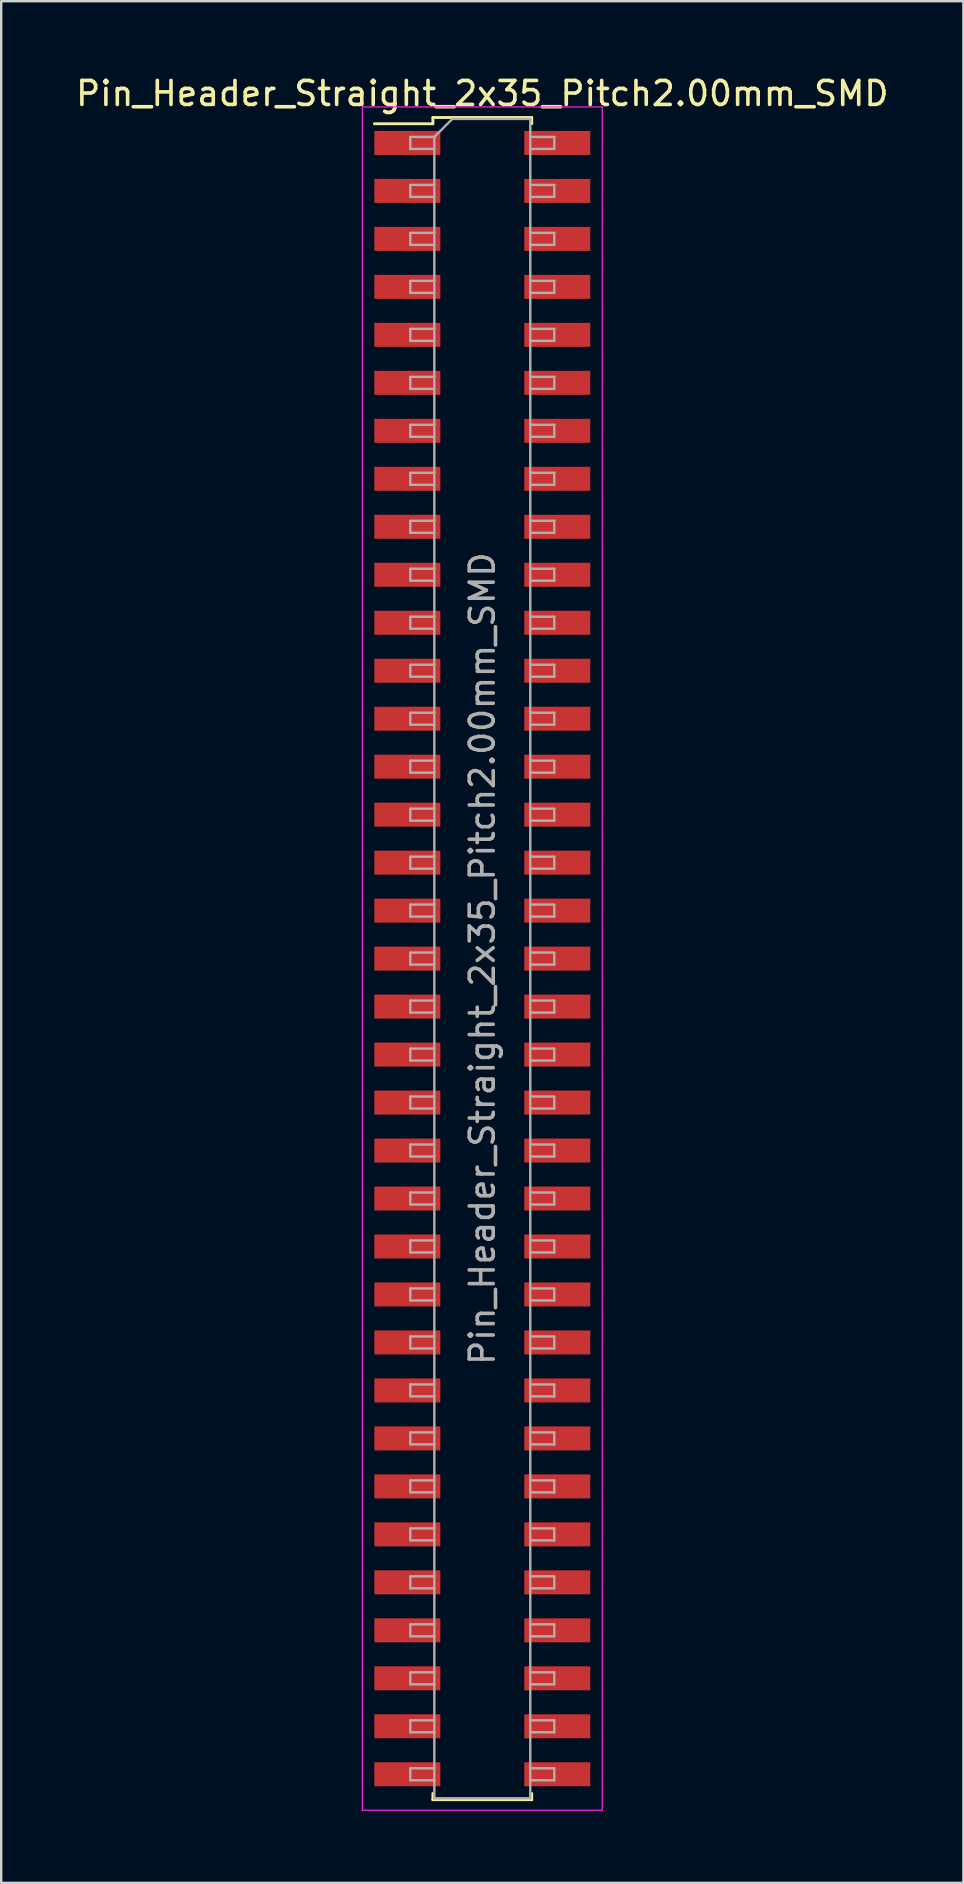
<source format=kicad_pcb>
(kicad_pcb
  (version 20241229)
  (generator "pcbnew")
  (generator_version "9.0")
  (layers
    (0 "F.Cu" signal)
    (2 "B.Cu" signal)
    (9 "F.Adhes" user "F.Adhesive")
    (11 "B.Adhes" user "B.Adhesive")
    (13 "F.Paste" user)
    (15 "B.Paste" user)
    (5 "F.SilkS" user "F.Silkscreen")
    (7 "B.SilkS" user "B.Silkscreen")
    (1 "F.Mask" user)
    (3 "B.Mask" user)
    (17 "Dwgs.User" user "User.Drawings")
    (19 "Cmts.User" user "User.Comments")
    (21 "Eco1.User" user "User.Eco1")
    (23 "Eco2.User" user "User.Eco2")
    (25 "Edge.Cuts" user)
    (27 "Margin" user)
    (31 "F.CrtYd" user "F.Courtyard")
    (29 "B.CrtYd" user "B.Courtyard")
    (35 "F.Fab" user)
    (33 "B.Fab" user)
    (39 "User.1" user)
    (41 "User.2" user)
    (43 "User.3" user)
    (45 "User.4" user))
  (footprint "Pin_Header_Straight_2x35_Pitch2.00mm_SMD"
    (layer "F.Cu")
    (at 17.054 36.908)
    (property "Reference" "Pin_Header_Straight_2x35_Pitch2.00mm_SMD" (at 0 -36.06 0) (layer "F.SilkS") (effects (font (size 1 1) (thickness 0.15))))
    (attr smd)
    (fp_line (start -4.5 -34.8) (end -2.06 -34.8) (stroke (width 0.12) (type solid)) (layer "F.SilkS"))
    (fp_line (start -2.06 -35.06) (end 2.06 -35.06) (stroke (width 0.12) (type solid)) (layer "F.SilkS"))
    (fp_line (start -2.06 -34.8) (end -2.06 -35.06) (stroke (width 0.12) (type solid)) (layer "F.SilkS"))
    (fp_line (start -2.06 34.8) (end -2.06 35.06) (stroke (width 0.12) (type solid)) (layer "F.SilkS"))
    (fp_line (start -2.06 35.06) (end 2.06 35.06) (stroke (width 0.12) (type solid)) (layer "F.SilkS"))
    (fp_line (start 2.06 -35.06) (end 2.06 -34.8) (stroke (width 0.12) (type solid)) (layer "F.SilkS"))
    (fp_line (start 2.06 35.06) (end 2.06 34.8) (stroke (width 0.12) (type solid)) (layer "F.SilkS"))
    (fp_line (start -5 -35.5) (end -5 35.5) (stroke (width 0.05) (type solid)) (layer "F.CrtYd"))
    (fp_line (start -5 35.5) (end 5 35.5) (stroke (width 0.05) (type solid)) (layer "F.CrtYd"))
    (fp_line (start 5 -35.5) (end -5 -35.5) (stroke (width 0.05) (type solid)) (layer "F.CrtYd"))
    (fp_line (start 5 35.5) (end 5 -35.5) (stroke (width 0.05) (type solid)) (layer "F.CrtYd"))
    (fp_line (start -3 -34.25) (end -3 -33.75) (stroke (width 0.1) (type solid)) (layer "F.Fab"))
    (fp_line (start -3 -33.75) (end -2 -33.75) (stroke (width 0.1) (type solid)) (layer "F.Fab"))
    (fp_line (start -3 -32.25) (end -3 -31.75) (stroke (width 0.1) (type solid)) (layer "F.Fab"))
    (fp_line (start -3 -31.75) (end -2 -31.75) (stroke (width 0.1) (type solid)) (layer "F.Fab"))
    (fp_line (start -3 -30.25) (end -3 -29.75) (stroke (width 0.1) (type solid)) (layer "F.Fab"))
    (fp_line (start -3 -29.75) (end -2 -29.75) (stroke (width 0.1) (type solid)) (layer "F.Fab"))
    (fp_line (start -3 -28.25) (end -3 -27.75) (stroke (width 0.1) (type solid)) (layer "F.Fab"))
    (fp_line (start -3 -27.75) (end -2 -27.75) (stroke (width 0.1) (type solid)) (layer "F.Fab"))
    (fp_line (start -3 -26.25) (end -3 -25.75) (stroke (width 0.1) (type solid)) (layer "F.Fab"))
    (fp_line (start -3 -25.75) (end -2 -25.75) (stroke (width 0.1) (type solid)) (layer "F.Fab"))
    (fp_line (start -3 -24.25) (end -3 -23.75) (stroke (width 0.1) (type solid)) (layer "F.Fab"))
    (fp_line (start -3 -23.75) (end -2 -23.75) (stroke (width 0.1) (type solid)) (layer "F.Fab"))
    (fp_line (start -3 -22.25) (end -3 -21.75) (stroke (width 0.1) (type solid)) (layer "F.Fab"))
    (fp_line (start -3 -21.75) (end -2 -21.75) (stroke (width 0.1) (type solid)) (layer "F.Fab"))
    (fp_line (start -3 -20.25) (end -3 -19.75) (stroke (width 0.1) (type solid)) (layer "F.Fab"))
    (fp_line (start -3 -19.75) (end -2 -19.75) (stroke (width 0.1) (type solid)) (layer "F.Fab"))
    (fp_line (start -3 -18.25) (end -3 -17.75) (stroke (width 0.1) (type solid)) (layer "F.Fab"))
    (fp_line (start -3 -17.75) (end -2 -17.75) (stroke (width 0.1) (type solid)) (layer "F.Fab"))
    (fp_line (start -3 -16.25) (end -3 -15.75) (stroke (width 0.1) (type solid)) (layer "F.Fab"))
    (fp_line (start -3 -15.75) (end -2 -15.75) (stroke (width 0.1) (type solid)) (layer "F.Fab"))
    (fp_line (start -3 -14.25) (end -3 -13.75) (stroke (width 0.1) (type solid)) (layer "F.Fab"))
    (fp_line (start -3 -13.75) (end -2 -13.75) (stroke (width 0.1) (type solid)) (layer "F.Fab"))
    (fp_line (start -3 -12.25) (end -3 -11.75) (stroke (width 0.1) (type solid)) (layer "F.Fab"))
    (fp_line (start -3 -11.75) (end -2 -11.75) (stroke (width 0.1) (type solid)) (layer "F.Fab"))
    (fp_line (start -3 -10.25) (end -3 -9.75) (stroke (width 0.1) (type solid)) (layer "F.Fab"))
    (fp_line (start -3 -9.75) (end -2 -9.75) (stroke (width 0.1) (type solid)) (layer "F.Fab"))
    (fp_line (start -3 -8.25) (end -3 -7.75) (stroke (width 0.1) (type solid)) (layer "F.Fab"))
    (fp_line (start -3 -7.75) (end -2 -7.75) (stroke (width 0.1) (type solid)) (layer "F.Fab"))
    (fp_line (start -3 -6.25) (end -3 -5.75) (stroke (width 0.1) (type solid)) (layer "F.Fab"))
    (fp_line (start -3 -5.75) (end -2 -5.75) (stroke (width 0.1) (type solid)) (layer "F.Fab"))
    (fp_line (start -3 -4.25) (end -3 -3.75) (stroke (width 0.1) (type solid)) (layer "F.Fab"))
    (fp_line (start -3 -3.75) (end -2 -3.75) (stroke (width 0.1) (type solid)) (layer "F.Fab"))
    (fp_line (start -3 -2.25) (end -3 -1.75) (stroke (width 0.1) (type solid)) (layer "F.Fab"))
    (fp_line (start -3 -1.75) (end -2 -1.75) (stroke (width 0.1) (type solid)) (layer "F.Fab"))
    (fp_line (start -3 -0.25) (end -3 0.25) (stroke (width 0.1) (type solid)) (layer "F.Fab"))
    (fp_line (start -3 0.25) (end -2 0.25) (stroke (width 0.1) (type solid)) (layer "F.Fab"))
    (fp_line (start -3 1.75) (end -3 2.25) (stroke (width 0.1) (type solid)) (layer "F.Fab"))
    (fp_line (start -3 2.25) (end -2 2.25) (stroke (width 0.1) (type solid)) (layer "F.Fab"))
    (fp_line (start -3 3.75) (end -3 4.25) (stroke (width 0.1) (type solid)) (layer "F.Fab"))
    (fp_line (start -3 4.25) (end -2 4.25) (stroke (width 0.1) (type solid)) (layer "F.Fab"))
    (fp_line (start -3 5.75) (end -3 6.25) (stroke (width 0.1) (type solid)) (layer "F.Fab"))
    (fp_line (start -3 6.25) (end -2 6.25) (stroke (width 0.1) (type solid)) (layer "F.Fab"))
    (fp_line (start -3 7.75) (end -3 8.25) (stroke (width 0.1) (type solid)) (layer "F.Fab"))
    (fp_line (start -3 8.25) (end -2 8.25) (stroke (width 0.1) (type solid)) (layer "F.Fab"))
    (fp_line (start -3 9.75) (end -3 10.25) (stroke (width 0.1) (type solid)) (layer "F.Fab"))
    (fp_line (start -3 10.25) (end -2 10.25) (stroke (width 0.1) (type solid)) (layer "F.Fab"))
    (fp_line (start -3 11.75) (end -3 12.25) (stroke (width 0.1) (type solid)) (layer "F.Fab"))
    (fp_line (start -3 12.25) (end -2 12.25) (stroke (width 0.1) (type solid)) (layer "F.Fab"))
    (fp_line (start -3 13.75) (end -3 14.25) (stroke (width 0.1) (type solid)) (layer "F.Fab"))
    (fp_line (start -3 14.25) (end -2 14.25) (stroke (width 0.1) (type solid)) (layer "F.Fab"))
    (fp_line (start -3 15.75) (end -3 16.25) (stroke (width 0.1) (type solid)) (layer "F.Fab"))
    (fp_line (start -3 16.25) (end -2 16.25) (stroke (width 0.1) (type solid)) (layer "F.Fab"))
    (fp_line (start -3 17.75) (end -3 18.25) (stroke (width 0.1) (type solid)) (layer "F.Fab"))
    (fp_line (start -3 18.25) (end -2 18.25) (stroke (width 0.1) (type solid)) (layer "F.Fab"))
    (fp_line (start -3 19.75) (end -3 20.25) (stroke (width 0.1) (type solid)) (layer "F.Fab"))
    (fp_line (start -3 20.25) (end -2 20.25) (stroke (width 0.1) (type solid)) (layer "F.Fab"))
    (fp_line (start -3 21.75) (end -3 22.25) (stroke (width 0.1) (type solid)) (layer "F.Fab"))
    (fp_line (start -3 22.25) (end -2 22.25) (stroke (width 0.1) (type solid)) (layer "F.Fab"))
    (fp_line (start -3 23.75) (end -3 24.25) (stroke (width 0.1) (type solid)) (layer "F.Fab"))
    (fp_line (start -3 24.25) (end -2 24.25) (stroke (width 0.1) (type solid)) (layer "F.Fab"))
    (fp_line (start -3 25.75) (end -3 26.25) (stroke (width 0.1) (type solid)) (layer "F.Fab"))
    (fp_line (start -3 26.25) (end -2 26.25) (stroke (width 0.1) (type solid)) (layer "F.Fab"))
    (fp_line (start -3 27.75) (end -3 28.25) (stroke (width 0.1) (type solid)) (layer "F.Fab"))
    (fp_line (start -3 28.25) (end -2 28.25) (stroke (width 0.1) (type solid)) (layer "F.Fab"))
    (fp_line (start -3 29.75) (end -3 30.25) (stroke (width 0.1) (type solid)) (layer "F.Fab"))
    (fp_line (start -3 30.25) (end -2 30.25) (stroke (width 0.1) (type solid)) (layer "F.Fab"))
    (fp_line (start -3 31.75) (end -3 32.25) (stroke (width 0.1) (type solid)) (layer "F.Fab"))
    (fp_line (start -3 32.25) (end -2 32.25) (stroke (width 0.1) (type solid)) (layer "F.Fab"))
    (fp_line (start -3 33.75) (end -3 34.25) (stroke (width 0.1) (type solid)) (layer "F.Fab"))
    (fp_line (start -3 34.25) (end -2 34.25) (stroke (width 0.1) (type solid)) (layer "F.Fab"))
    (fp_line (start -2 -34.25) (end -3 -34.25) (stroke (width 0.1) (type solid)) (layer "F.Fab"))
    (fp_line (start -2 -34.25) (end -1.25 -35) (stroke (width 0.1) (type solid)) (layer "F.Fab"))
    (fp_line (start -2 -32.25) (end -3 -32.25) (stroke (width 0.1) (type solid)) (layer "F.Fab"))
    (fp_line (start -2 -30.25) (end -3 -30.25) (stroke (width 0.1) (type solid)) (layer "F.Fab"))
    (fp_line (start -2 -28.25) (end -3 -28.25) (stroke (width 0.1) (type solid)) (layer "F.Fab"))
    (fp_line (start -2 -26.25) (end -3 -26.25) (stroke (width 0.1) (type solid)) (layer "F.Fab"))
    (fp_line (start -2 -24.25) (end -3 -24.25) (stroke (width 0.1) (type solid)) (layer "F.Fab"))
    (fp_line (start -2 -22.25) (end -3 -22.25) (stroke (width 0.1) (type solid)) (layer "F.Fab"))
    (fp_line (start -2 -20.25) (end -3 -20.25) (stroke (width 0.1) (type solid)) (layer "F.Fab"))
    (fp_line (start -2 -18.25) (end -3 -18.25) (stroke (width 0.1) (type solid)) (layer "F.Fab"))
    (fp_line (start -2 -16.25) (end -3 -16.25) (stroke (width 0.1) (type solid)) (layer "F.Fab"))
    (fp_line (start -2 -14.25) (end -3 -14.25) (stroke (width 0.1) (type solid)) (layer "F.Fab"))
    (fp_line (start -2 -12.25) (end -3 -12.25) (stroke (width 0.1) (type solid)) (layer "F.Fab"))
    (fp_line (start -2 -10.25) (end -3 -10.25) (stroke (width 0.1) (type solid)) (layer "F.Fab"))
    (fp_line (start -2 -8.25) (end -3 -8.25) (stroke (width 0.1) (type solid)) (layer "F.Fab"))
    (fp_line (start -2 -6.25) (end -3 -6.25) (stroke (width 0.1) (type solid)) (layer "F.Fab"))
    (fp_line (start -2 -4.25) (end -3 -4.25) (stroke (width 0.1) (type solid)) (layer "F.Fab"))
    (fp_line (start -2 -2.25) (end -3 -2.25) (stroke (width 0.1) (type solid)) (layer "F.Fab"))
    (fp_line (start -2 -0.25) (end -3 -0.25) (stroke (width 0.1) (type solid)) (layer "F.Fab"))
    (fp_line (start -2 1.75) (end -3 1.75) (stroke (width 0.1) (type solid)) (layer "F.Fab"))
    (fp_line (start -2 3.75) (end -3 3.75) (stroke (width 0.1) (type solid)) (layer "F.Fab"))
    (fp_line (start -2 5.75) (end -3 5.75) (stroke (width 0.1) (type solid)) (layer "F.Fab"))
    (fp_line (start -2 7.75) (end -3 7.75) (stroke (width 0.1) (type solid)) (layer "F.Fab"))
    (fp_line (start -2 9.75) (end -3 9.75) (stroke (width 0.1) (type solid)) (layer "F.Fab"))
    (fp_line (start -2 11.75) (end -3 11.75) (stroke (width 0.1) (type solid)) (layer "F.Fab"))
    (fp_line (start -2 13.75) (end -3 13.75) (stroke (width 0.1) (type solid)) (layer "F.Fab"))
    (fp_line (start -2 15.75) (end -3 15.75) (stroke (width 0.1) (type solid)) (layer "F.Fab"))
    (fp_line (start -2 17.75) (end -3 17.75) (stroke (width 0.1) (type solid)) (layer "F.Fab"))
    (fp_line (start -2 19.75) (end -3 19.75) (stroke (width 0.1) (type solid)) (layer "F.Fab"))
    (fp_line (start -2 21.75) (end -3 21.75) (stroke (width 0.1) (type solid)) (layer "F.Fab"))
    (fp_line (start -2 23.75) (end -3 23.75) (stroke (width 0.1) (type solid)) (layer "F.Fab"))
    (fp_line (start -2 25.75) (end -3 25.75) (stroke (width 0.1) (type solid)) (layer "F.Fab"))
    (fp_line (start -2 27.75) (end -3 27.75) (stroke (width 0.1) (type solid)) (layer "F.Fab"))
    (fp_line (start -2 29.75) (end -3 29.75) (stroke (width 0.1) (type solid)) (layer "F.Fab"))
    (fp_line (start -2 31.75) (end -3 31.75) (stroke (width 0.1) (type solid)) (layer "F.Fab"))
    (fp_line (start -2 33.75) (end -3 33.75) (stroke (width 0.1) (type solid)) (layer "F.Fab"))
    (fp_line (start -2 35) (end -2 -34.25) (stroke (width 0.1) (type solid)) (layer "F.Fab"))
    (fp_line (start -1.25 -35) (end 2 -35) (stroke (width 0.1) (type solid)) (layer "F.Fab"))
    (fp_line (start 2 -35) (end 2 35) (stroke (width 0.1) (type solid)) (layer "F.Fab"))
    (fp_line (start 2 -34.25) (end 3 -34.25) (stroke (width 0.1) (type solid)) (layer "F.Fab"))
    (fp_line (start 2 -32.25) (end 3 -32.25) (stroke (width 0.1) (type solid)) (layer "F.Fab"))
    (fp_line (start 2 -30.25) (end 3 -30.25) (stroke (width 0.1) (type solid)) (layer "F.Fab"))
    (fp_line (start 2 -28.25) (end 3 -28.25) (stroke (width 0.1) (type solid)) (layer "F.Fab"))
    (fp_line (start 2 -26.25) (end 3 -26.25) (stroke (width 0.1) (type solid)) (layer "F.Fab"))
    (fp_line (start 2 -24.25) (end 3 -24.25) (stroke (width 0.1) (type solid)) (layer "F.Fab"))
    (fp_line (start 2 -22.25) (end 3 -22.25) (stroke (width 0.1) (type solid)) (layer "F.Fab"))
    (fp_line (start 2 -20.25) (end 3 -20.25) (stroke (width 0.1) (type solid)) (layer "F.Fab"))
    (fp_line (start 2 -18.25) (end 3 -18.25) (stroke (width 0.1) (type solid)) (layer "F.Fab"))
    (fp_line (start 2 -16.25) (end 3 -16.25) (stroke (width 0.1) (type solid)) (layer "F.Fab"))
    (fp_line (start 2 -14.25) (end 3 -14.25) (stroke (width 0.1) (type solid)) (layer "F.Fab"))
    (fp_line (start 2 -12.25) (end 3 -12.25) (stroke (width 0.1) (type solid)) (layer "F.Fab"))
    (fp_line (start 2 -10.25) (end 3 -10.25) (stroke (width 0.1) (type solid)) (layer "F.Fab"))
    (fp_line (start 2 -8.25) (end 3 -8.25) (stroke (width 0.1) (type solid)) (layer "F.Fab"))
    (fp_line (start 2 -6.25) (end 3 -6.25) (stroke (width 0.1) (type solid)) (layer "F.Fab"))
    (fp_line (start 2 -4.25) (end 3 -4.25) (stroke (width 0.1) (type solid)) (layer "F.Fab"))
    (fp_line (start 2 -2.25) (end 3 -2.25) (stroke (width 0.1) (type solid)) (layer "F.Fab"))
    (fp_line (start 2 -0.25) (end 3 -0.25) (stroke (width 0.1) (type solid)) (layer "F.Fab"))
    (fp_line (start 2 1.75) (end 3 1.75) (stroke (width 0.1) (type solid)) (layer "F.Fab"))
    (fp_line (start 2 3.75) (end 3 3.75) (stroke (width 0.1) (type solid)) (layer "F.Fab"))
    (fp_line (start 2 5.75) (end 3 5.75) (stroke (width 0.1) (type solid)) (layer "F.Fab"))
    (fp_line (start 2 7.75) (end 3 7.75) (stroke (width 0.1) (type solid)) (layer "F.Fab"))
    (fp_line (start 2 9.75) (end 3 9.75) (stroke (width 0.1) (type solid)) (layer "F.Fab"))
    (fp_line (start 2 11.75) (end 3 11.75) (stroke (width 0.1) (type solid)) (layer "F.Fab"))
    (fp_line (start 2 13.75) (end 3 13.75) (stroke (width 0.1) (type solid)) (layer "F.Fab"))
    (fp_line (start 2 15.75) (end 3 15.75) (stroke (width 0.1) (type solid)) (layer "F.Fab"))
    (fp_line (start 2 17.75) (end 3 17.75) (stroke (width 0.1) (type solid)) (layer "F.Fab"))
    (fp_line (start 2 19.75) (end 3 19.75) (stroke (width 0.1) (type solid)) (layer "F.Fab"))
    (fp_line (start 2 21.75) (end 3 21.75) (stroke (width 0.1) (type solid)) (layer "F.Fab"))
    (fp_line (start 2 23.75) (end 3 23.75) (stroke (width 0.1) (type solid)) (layer "F.Fab"))
    (fp_line (start 2 25.75) (end 3 25.75) (stroke (width 0.1) (type solid)) (layer "F.Fab"))
    (fp_line (start 2 27.75) (end 3 27.75) (stroke (width 0.1) (type solid)) (layer "F.Fab"))
    (fp_line (start 2 29.75) (end 3 29.75) (stroke (width 0.1) (type solid)) (layer "F.Fab"))
    (fp_line (start 2 31.75) (end 3 31.75) (stroke (width 0.1) (type solid)) (layer "F.Fab"))
    (fp_line (start 2 33.75) (end 3 33.75) (stroke (width 0.1) (type solid)) (layer "F.Fab"))
    (fp_line (start 2 35) (end -2 35) (stroke (width 0.1) (type solid)) (layer "F.Fab"))
    (fp_line (start 3 -34.25) (end 3 -33.75) (stroke (width 0.1) (type solid)) (layer "F.Fab"))
    (fp_line (start 3 -33.75) (end 2 -33.75) (stroke (width 0.1) (type solid)) (layer "F.Fab"))
    (fp_line (start 3 -32.25) (end 3 -31.75) (stroke (width 0.1) (type solid)) (layer "F.Fab"))
    (fp_line (start 3 -31.75) (end 2 -31.75) (stroke (width 0.1) (type solid)) (layer "F.Fab"))
    (fp_line (start 3 -30.25) (end 3 -29.75) (stroke (width 0.1) (type solid)) (layer "F.Fab"))
    (fp_line (start 3 -29.75) (end 2 -29.75) (stroke (width 0.1) (type solid)) (layer "F.Fab"))
    (fp_line (start 3 -28.25) (end 3 -27.75) (stroke (width 0.1) (type solid)) (layer "F.Fab"))
    (fp_line (start 3 -27.75) (end 2 -27.75) (stroke (width 0.1) (type solid)) (layer "F.Fab"))
    (fp_line (start 3 -26.25) (end 3 -25.75) (stroke (width 0.1) (type solid)) (layer "F.Fab"))
    (fp_line (start 3 -25.75) (end 2 -25.75) (stroke (width 0.1) (type solid)) (layer "F.Fab"))
    (fp_line (start 3 -24.25) (end 3 -23.75) (stroke (width 0.1) (type solid)) (layer "F.Fab"))
    (fp_line (start 3 -23.75) (end 2 -23.75) (stroke (width 0.1) (type solid)) (layer "F.Fab"))
    (fp_line (start 3 -22.25) (end 3 -21.75) (stroke (width 0.1) (type solid)) (layer "F.Fab"))
    (fp_line (start 3 -21.75) (end 2 -21.75) (stroke (width 0.1) (type solid)) (layer "F.Fab"))
    (fp_line (start 3 -20.25) (end 3 -19.75) (stroke (width 0.1) (type solid)) (layer "F.Fab"))
    (fp_line (start 3 -19.75) (end 2 -19.75) (stroke (width 0.1) (type solid)) (layer "F.Fab"))
    (fp_line (start 3 -18.25) (end 3 -17.75) (stroke (width 0.1) (type solid)) (layer "F.Fab"))
    (fp_line (start 3 -17.75) (end 2 -17.75) (stroke (width 0.1) (type solid)) (layer "F.Fab"))
    (fp_line (start 3 -16.25) (end 3 -15.75) (stroke (width 0.1) (type solid)) (layer "F.Fab"))
    (fp_line (start 3 -15.75) (end 2 -15.75) (stroke (width 0.1) (type solid)) (layer "F.Fab"))
    (fp_line (start 3 -14.25) (end 3 -13.75) (stroke (width 0.1) (type solid)) (layer "F.Fab"))
    (fp_line (start 3 -13.75) (end 2 -13.75) (stroke (width 0.1) (type solid)) (layer "F.Fab"))
    (fp_line (start 3 -12.25) (end 3 -11.75) (stroke (width 0.1) (type solid)) (layer "F.Fab"))
    (fp_line (start 3 -11.75) (end 2 -11.75) (stroke (width 0.1) (type solid)) (layer "F.Fab"))
    (fp_line (start 3 -10.25) (end 3 -9.75) (stroke (width 0.1) (type solid)) (layer "F.Fab"))
    (fp_line (start 3 -9.75) (end 2 -9.75) (stroke (width 0.1) (type solid)) (layer "F.Fab"))
    (fp_line (start 3 -8.25) (end 3 -7.75) (stroke (width 0.1) (type solid)) (layer "F.Fab"))
    (fp_line (start 3 -7.75) (end 2 -7.75) (stroke (width 0.1) (type solid)) (layer "F.Fab"))
    (fp_line (start 3 -6.25) (end 3 -5.75) (stroke (width 0.1) (type solid)) (layer "F.Fab"))
    (fp_line (start 3 -5.75) (end 2 -5.75) (stroke (width 0.1) (type solid)) (layer "F.Fab"))
    (fp_line (start 3 -4.25) (end 3 -3.75) (stroke (width 0.1) (type solid)) (layer "F.Fab"))
    (fp_line (start 3 -3.75) (end 2 -3.75) (stroke (width 0.1) (type solid)) (layer "F.Fab"))
    (fp_line (start 3 -2.25) (end 3 -1.75) (stroke (width 0.1) (type solid)) (layer "F.Fab"))
    (fp_line (start 3 -1.75) (end 2 -1.75) (stroke (width 0.1) (type solid)) (layer "F.Fab"))
    (fp_line (start 3 -0.25) (end 3 0.25) (stroke (width 0.1) (type solid)) (layer "F.Fab"))
    (fp_line (start 3 0.25) (end 2 0.25) (stroke (width 0.1) (type solid)) (layer "F.Fab"))
    (fp_line (start 3 1.75) (end 3 2.25) (stroke (width 0.1) (type solid)) (layer "F.Fab"))
    (fp_line (start 3 2.25) (end 2 2.25) (stroke (width 0.1) (type solid)) (layer "F.Fab"))
    (fp_line (start 3 3.75) (end 3 4.25) (stroke (width 0.1) (type solid)) (layer "F.Fab"))
    (fp_line (start 3 4.25) (end 2 4.25) (stroke (width 0.1) (type solid)) (layer "F.Fab"))
    (fp_line (start 3 5.75) (end 3 6.25) (stroke (width 0.1) (type solid)) (layer "F.Fab"))
    (fp_line (start 3 6.25) (end 2 6.25) (stroke (width 0.1) (type solid)) (layer "F.Fab"))
    (fp_line (start 3 7.75) (end 3 8.25) (stroke (width 0.1) (type solid)) (layer "F.Fab"))
    (fp_line (start 3 8.25) (end 2 8.25) (stroke (width 0.1) (type solid)) (layer "F.Fab"))
    (fp_line (start 3 9.75) (end 3 10.25) (stroke (width 0.1) (type solid)) (layer "F.Fab"))
    (fp_line (start 3 10.25) (end 2 10.25) (stroke (width 0.1) (type solid)) (layer "F.Fab"))
    (fp_line (start 3 11.75) (end 3 12.25) (stroke (width 0.1) (type solid)) (layer "F.Fab"))
    (fp_line (start 3 12.25) (end 2 12.25) (stroke (width 0.1) (type solid)) (layer "F.Fab"))
    (fp_line (start 3 13.75) (end 3 14.25) (stroke (width 0.1) (type solid)) (layer "F.Fab"))
    (fp_line (start 3 14.25) (end 2 14.25) (stroke (width 0.1) (type solid)) (layer "F.Fab"))
    (fp_line (start 3 15.75) (end 3 16.25) (stroke (width 0.1) (type solid)) (layer "F.Fab"))
    (fp_line (start 3 16.25) (end 2 16.25) (stroke (width 0.1) (type solid)) (layer "F.Fab"))
    (fp_line (start 3 17.75) (end 3 18.25) (stroke (width 0.1) (type solid)) (layer "F.Fab"))
    (fp_line (start 3 18.25) (end 2 18.25) (stroke (width 0.1) (type solid)) (layer "F.Fab"))
    (fp_line (start 3 19.75) (end 3 20.25) (stroke (width 0.1) (type solid)) (layer "F.Fab"))
    (fp_line (start 3 20.25) (end 2 20.25) (stroke (width 0.1) (type solid)) (layer "F.Fab"))
    (fp_line (start 3 21.75) (end 3 22.25) (stroke (width 0.1) (type solid)) (layer "F.Fab"))
    (fp_line (start 3 22.25) (end 2 22.25) (stroke (width 0.1) (type solid)) (layer "F.Fab"))
    (fp_line (start 3 23.75) (end 3 24.25) (stroke (width 0.1) (type solid)) (layer "F.Fab"))
    (fp_line (start 3 24.25) (end 2 24.25) (stroke (width 0.1) (type solid)) (layer "F.Fab"))
    (fp_line (start 3 25.75) (end 3 26.25) (stroke (width 0.1) (type solid)) (layer "F.Fab"))
    (fp_line (start 3 26.25) (end 2 26.25) (stroke (width 0.1) (type solid)) (layer "F.Fab"))
    (fp_line (start 3 27.75) (end 3 28.25) (stroke (width 0.1) (type solid)) (layer "F.Fab"))
    (fp_line (start 3 28.25) (end 2 28.25) (stroke (width 0.1) (type solid)) (layer "F.Fab"))
    (fp_line (start 3 29.75) (end 3 30.25) (stroke (width 0.1) (type solid)) (layer "F.Fab"))
    (fp_line (start 3 30.25) (end 2 30.25) (stroke (width 0.1) (type solid)) (layer "F.Fab"))
    (fp_line (start 3 31.75) (end 3 32.25) (stroke (width 0.1) (type solid)) (layer "F.Fab"))
    (fp_line (start 3 32.25) (end 2 32.25) (stroke (width 0.1) (type solid)) (layer "F.Fab"))
    (fp_line (start 3 33.75) (end 3 34.25) (stroke (width 0.1) (type solid)) (layer "F.Fab"))
    (fp_line (start 3 34.25) (end 2 34.25) (stroke (width 0.1) (type solid)) (layer "F.Fab"))
    (fp_text user "${REFERENCE}" (at 0 0 90) (layer "F.Fab") (effects (font (size 1 1) (thickness 0.15))))
    (pad "1" smd rect (at -3.125 -34) (size 2.75 1) (layers "F.Cu" "F.Mask" "F.Paste"))
    (pad "2" smd rect (at 3.125 -34) (size 2.75 1) (layers "F.Cu" "F.Mask" "F.Paste"))
    (pad "3" smd rect (at -3.125 -32) (size 2.75 1) (layers "F.Cu" "F.Mask" "F.Paste"))
    (pad "4" smd rect (at 3.125 -32) (size 2.75 1) (layers "F.Cu" "F.Mask" "F.Paste"))
    (pad "5" smd rect (at -3.125 -30) (size 2.75 1) (layers "F.Cu" "F.Mask" "F.Paste"))
    (pad "6" smd rect (at 3.125 -30) (size 2.75 1) (layers "F.Cu" "F.Mask" "F.Paste"))
    (pad "7" smd rect (at -3.125 -28) (size 2.75 1) (layers "F.Cu" "F.Mask" "F.Paste"))
    (pad "8" smd rect (at 3.125 -28) (size 2.75 1) (layers "F.Cu" "F.Mask" "F.Paste"))
    (pad "9" smd rect (at -3.125 -26) (size 2.75 1) (layers "F.Cu" "F.Mask" "F.Paste"))
    (pad "10" smd rect (at 3.125 -26) (size 2.75 1) (layers "F.Cu" "F.Mask" "F.Paste"))
    (pad "11" smd rect (at -3.125 -24) (size 2.75 1) (layers "F.Cu" "F.Mask" "F.Paste"))
    (pad "12" smd rect (at 3.125 -24) (size 2.75 1) (layers "F.Cu" "F.Mask" "F.Paste"))
    (pad "13" smd rect (at -3.125 -22) (size 2.75 1) (layers "F.Cu" "F.Mask" "F.Paste"))
    (pad "14" smd rect (at 3.125 -22) (size 2.75 1) (layers "F.Cu" "F.Mask" "F.Paste"))
    (pad "15" smd rect (at -3.125 -20) (size 2.75 1) (layers "F.Cu" "F.Mask" "F.Paste"))
    (pad "16" smd rect (at 3.125 -20) (size 2.75 1) (layers "F.Cu" "F.Mask" "F.Paste"))
    (pad "17" smd rect (at -3.125 -18) (size 2.75 1) (layers "F.Cu" "F.Mask" "F.Paste"))
    (pad "18" smd rect (at 3.125 -18) (size 2.75 1) (layers "F.Cu" "F.Mask" "F.Paste"))
    (pad "19" smd rect (at -3.125 -16) (size 2.75 1) (layers "F.Cu" "F.Mask" "F.Paste"))
    (pad "20" smd rect (at 3.125 -16) (size 2.75 1) (layers "F.Cu" "F.Mask" "F.Paste"))
    (pad "21" smd rect (at -3.125 -14) (size 2.75 1) (layers "F.Cu" "F.Mask" "F.Paste"))
    (pad "22" smd rect (at 3.125 -14) (size 2.75 1) (layers "F.Cu" "F.Mask" "F.Paste"))
    (pad "23" smd rect (at -3.125 -12) (size 2.75 1) (layers "F.Cu" "F.Mask" "F.Paste"))
    (pad "24" smd rect (at 3.125 -12) (size 2.75 1) (layers "F.Cu" "F.Mask" "F.Paste"))
    (pad "25" smd rect (at -3.125 -10) (size 2.75 1) (layers "F.Cu" "F.Mask" "F.Paste"))
    (pad "26" smd rect (at 3.125 -10) (size 2.75 1) (layers "F.Cu" "F.Mask" "F.Paste"))
    (pad "27" smd rect (at -3.125 -8) (size 2.75 1) (layers "F.Cu" "F.Mask" "F.Paste"))
    (pad "28" smd rect (at 3.125 -8) (size 2.75 1) (layers "F.Cu" "F.Mask" "F.Paste"))
    (pad "29" smd rect (at -3.125 -6) (size 2.75 1) (layers "F.Cu" "F.Mask" "F.Paste"))
    (pad "30" smd rect (at 3.125 -6) (size 2.75 1) (layers "F.Cu" "F.Mask" "F.Paste"))
    (pad "31" smd rect (at -3.125 -4) (size 2.75 1) (layers "F.Cu" "F.Mask" "F.Paste"))
    (pad "32" smd rect (at 3.125 -4) (size 2.75 1) (layers "F.Cu" "F.Mask" "F.Paste"))
    (pad "33" smd rect (at -3.125 -2) (size 2.75 1) (layers "F.Cu" "F.Mask" "F.Paste"))
    (pad "34" smd rect (at 3.125 -2) (size 2.75 1) (layers "F.Cu" "F.Mask" "F.Paste"))
    (pad "35" smd rect (at -3.125 0) (size 2.75 1) (layers "F.Cu" "F.Mask" "F.Paste"))
    (pad "36" smd rect (at 3.125 0) (size 2.75 1) (layers "F.Cu" "F.Mask" "F.Paste"))
    (pad "37" smd rect (at -3.125 2) (size 2.75 1) (layers "F.Cu" "F.Mask" "F.Paste"))
    (pad "38" smd rect (at 3.125 2) (size 2.75 1) (layers "F.Cu" "F.Mask" "F.Paste"))
    (pad "39" smd rect (at -3.125 4) (size 2.75 1) (layers "F.Cu" "F.Mask" "F.Paste"))
    (pad "40" smd rect (at 3.125 4) (size 2.75 1) (layers "F.Cu" "F.Mask" "F.Paste"))
    (pad "41" smd rect (at -3.125 6) (size 2.75 1) (layers "F.Cu" "F.Mask" "F.Paste"))
    (pad "42" smd rect (at 3.125 6) (size 2.75 1) (layers "F.Cu" "F.Mask" "F.Paste"))
    (pad "43" smd rect (at -3.125 8) (size 2.75 1) (layers "F.Cu" "F.Mask" "F.Paste"))
    (pad "44" smd rect (at 3.125 8) (size 2.75 1) (layers "F.Cu" "F.Mask" "F.Paste"))
    (pad "45" smd rect (at -3.125 10) (size 2.75 1) (layers "F.Cu" "F.Mask" "F.Paste"))
    (pad "46" smd rect (at 3.125 10) (size 2.75 1) (layers "F.Cu" "F.Mask" "F.Paste"))
    (pad "47" smd rect (at -3.125 12) (size 2.75 1) (layers "F.Cu" "F.Mask" "F.Paste"))
    (pad "48" smd rect (at 3.125 12) (size 2.75 1) (layers "F.Cu" "F.Mask" "F.Paste"))
    (pad "49" smd rect (at -3.125 14) (size 2.75 1) (layers "F.Cu" "F.Mask" "F.Paste"))
    (pad "50" smd rect (at 3.125 14) (size 2.75 1) (layers "F.Cu" "F.Mask" "F.Paste"))
    (pad "51" smd rect (at -3.125 16) (size 2.75 1) (layers "F.Cu" "F.Mask" "F.Paste"))
    (pad "52" smd rect (at 3.125 16) (size 2.75 1) (layers "F.Cu" "F.Mask" "F.Paste"))
    (pad "53" smd rect (at -3.125 18) (size 2.75 1) (layers "F.Cu" "F.Mask" "F.Paste"))
    (pad "54" smd rect (at 3.125 18) (size 2.75 1) (layers "F.Cu" "F.Mask" "F.Paste"))
    (pad "55" smd rect (at -3.125 20) (size 2.75 1) (layers "F.Cu" "F.Mask" "F.Paste"))
    (pad "56" smd rect (at 3.125 20) (size 2.75 1) (layers "F.Cu" "F.Mask" "F.Paste"))
    (pad "57" smd rect (at -3.125 22) (size 2.75 1) (layers "F.Cu" "F.Mask" "F.Paste"))
    (pad "58" smd rect (at 3.125 22) (size 2.75 1) (layers "F.Cu" "F.Mask" "F.Paste"))
    (pad "59" smd rect (at -3.125 24) (size 2.75 1) (layers "F.Cu" "F.Mask" "F.Paste"))
    (pad "60" smd rect (at 3.125 24) (size 2.75 1) (layers "F.Cu" "F.Mask" "F.Paste"))
    (pad "61" smd rect (at -3.125 26) (size 2.75 1) (layers "F.Cu" "F.Mask" "F.Paste"))
    (pad "62" smd rect (at 3.125 26) (size 2.75 1) (layers "F.Cu" "F.Mask" "F.Paste"))
    (pad "63" smd rect (at -3.125 28) (size 2.75 1) (layers "F.Cu" "F.Mask" "F.Paste"))
    (pad "64" smd rect (at 3.125 28) (size 2.75 1) (layers "F.Cu" "F.Mask" "F.Paste"))
    (pad "65" smd rect (at -3.125 30) (size 2.75 1) (layers "F.Cu" "F.Mask" "F.Paste"))
    (pad "66" smd rect (at 3.125 30) (size 2.75 1) (layers "F.Cu" "F.Mask" "F.Paste"))
    (pad "67" smd rect (at -3.125 32) (size 2.75 1) (layers "F.Cu" "F.Mask" "F.Paste"))
    (pad "68" smd rect (at 3.125 32) (size 2.75 1) (layers "F.Cu" "F.Mask" "F.Paste"))
    (pad "69" smd rect (at -3.125 34) (size 2.75 1) (layers "F.Cu" "F.Mask" "F.Paste"))
    (pad "70" smd rect (at 3.125 34) (size 2.75 1) (layers "F.Cu" "F.Mask" "F.Paste")))
  (gr_rect
    (start -3 -3)
    (end 37.107 75.433)
    (stroke (width 0.1) (type default))
    (fill no)
    (layer "Edge.Cuts")))
</source>
